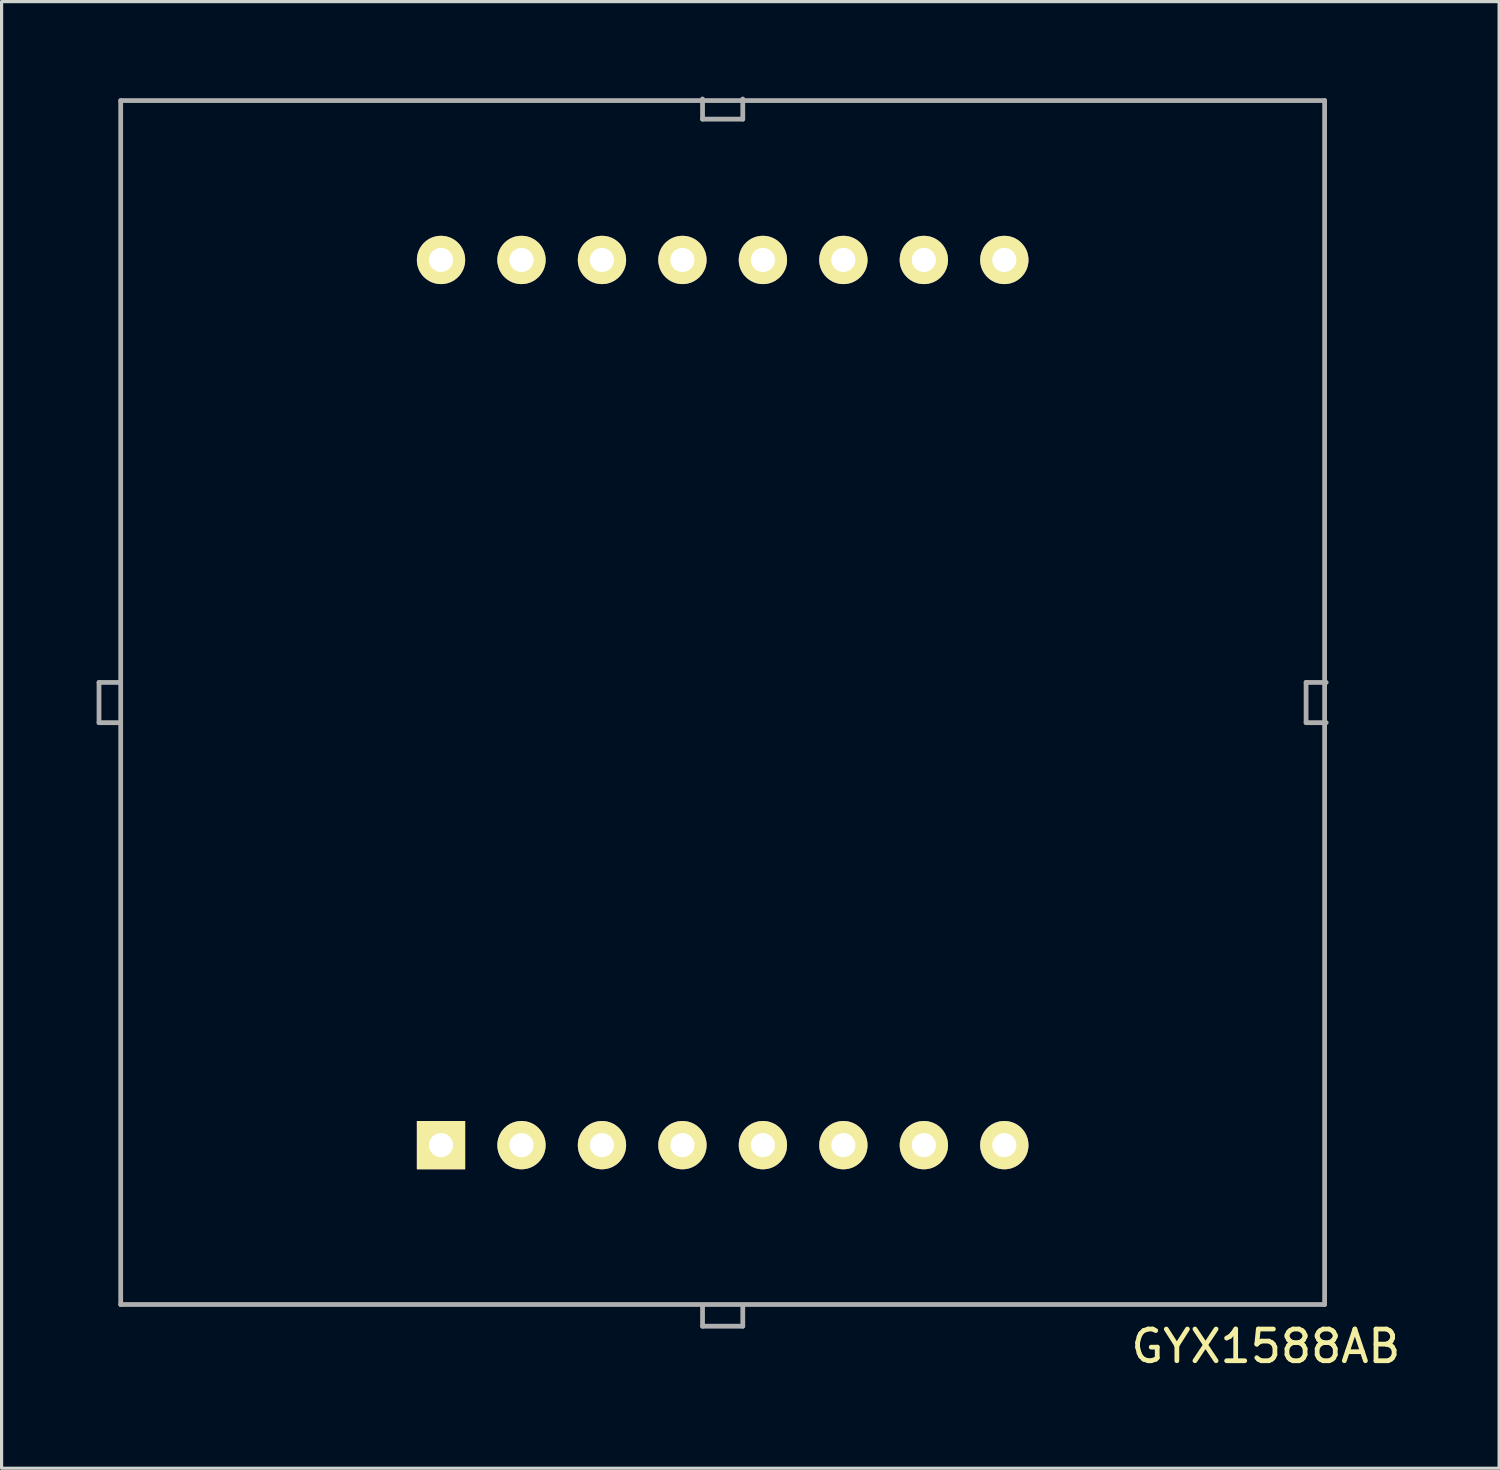
<source format=kicad_pcb>
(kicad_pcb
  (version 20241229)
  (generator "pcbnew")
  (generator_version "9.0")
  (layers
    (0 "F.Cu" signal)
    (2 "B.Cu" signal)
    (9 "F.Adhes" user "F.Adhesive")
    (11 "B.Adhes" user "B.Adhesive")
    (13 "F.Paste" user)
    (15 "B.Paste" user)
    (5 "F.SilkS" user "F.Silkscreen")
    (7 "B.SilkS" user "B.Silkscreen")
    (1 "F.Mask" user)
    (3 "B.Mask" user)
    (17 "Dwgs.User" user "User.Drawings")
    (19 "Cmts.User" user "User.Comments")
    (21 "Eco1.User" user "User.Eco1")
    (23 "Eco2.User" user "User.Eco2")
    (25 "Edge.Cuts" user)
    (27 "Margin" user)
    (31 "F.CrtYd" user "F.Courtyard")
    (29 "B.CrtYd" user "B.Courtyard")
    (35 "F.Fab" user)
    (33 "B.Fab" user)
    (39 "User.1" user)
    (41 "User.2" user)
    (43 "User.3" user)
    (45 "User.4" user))
  (footprint "GYX1588AB"
    (layer "F.Cu")
    (at 19.76 19.125)
    (property "Reference" "GYX1588AB" (at 17.145 20.32 0) (layer "F.SilkS") (effects (font (size 1 1) (thickness 0.15))))
    (attr smd)
    (fp_line (start -19.685 -0.635) (end -19.685 0.635) (stroke (width 0.15) (type solid)) (layer "F.Fab"))
    (fp_line (start -19.685 0.635) (end -19.05 0.635) (stroke (width 0.15) (type solid)) (layer "F.Fab"))
    (fp_line (start -19.05 -0.635) (end -19.685 -0.635) (stroke (width 0.15) (type solid)) (layer "F.Fab"))
    (fp_line (start -19 -19) (end 19 -19) (stroke (width 0.15) (type solid)) (layer "F.Fab"))
    (fp_line (start -19 19) (end -19 -19) (stroke (width 0.15) (type solid)) (layer "F.Fab"))
    (fp_line (start -0.635 -19.05) (end -0.635 -18.415) (stroke (width 0.15) (type solid)) (layer "F.Fab"))
    (fp_line (start -0.635 -18.415) (end 0.635 -18.415) (stroke (width 0.15) (type solid)) (layer "F.Fab"))
    (fp_line (start -0.635 19.05) (end -0.635 19.685) (stroke (width 0.15) (type solid)) (layer "F.Fab"))
    (fp_line (start -0.635 19.685) (end 0.635 19.685) (stroke (width 0.15) (type solid)) (layer "F.Fab"))
    (fp_line (start 0.635 -18.415) (end 0.635 -19.05) (stroke (width 0.15) (type solid)) (layer "F.Fab"))
    (fp_line (start 0.635 19.685) (end 0.635 19.05) (stroke (width 0.15) (type solid)) (layer "F.Fab"))
    (fp_line (start 18.415 -0.635) (end 18.415 0.635) (stroke (width 0.15) (type solid)) (layer "F.Fab"))
    (fp_line (start 18.415 0.635) (end 19.05 0.635) (stroke (width 0.15) (type solid)) (layer "F.Fab"))
    (fp_line (start 19 -19) (end 19 19) (stroke (width 0.15) (type solid)) (layer "F.Fab"))
    (fp_line (start 19 19) (end -19 19) (stroke (width 0.15) (type solid)) (layer "F.Fab"))
    (fp_line (start 19.05 -0.635) (end 18.415 -0.635) (stroke (width 0.15) (type solid)) (layer "F.Fab"))
    (pad "1" thru_hole rect (at -8.89 13.97) (size 1.524 1.524) (drill 0.762) (layers "*.Cu" "*.Mask" "F.SilkS"))
    (pad "2" thru_hole circle (at -6.35 13.97) (size 1.524 1.524) (drill 0.762) (layers "*.Cu" "*.Mask" "F.SilkS"))
    (pad "3" thru_hole circle (at -3.81 13.97) (size 1.524 1.524) (drill 0.762) (layers "*.Cu" "*.Mask" "F.SilkS"))
    (pad "4" thru_hole circle (at -1.27 13.97) (size 1.524 1.524) (drill 0.762) (layers "*.Cu" "*.Mask" "F.SilkS"))
    (pad "5" thru_hole circle (at 1.27 13.97) (size 1.524 1.524) (drill 0.762) (layers "*.Cu" "*.Mask" "F.SilkS"))
    (pad "6" thru_hole circle (at 3.81 13.97) (size 1.524 1.524) (drill 0.762) (layers "*.Cu" "*.Mask" "F.SilkS"))
    (pad "7" thru_hole circle (at 6.35 13.97) (size 1.524 1.524) (drill 0.762) (layers "*.Cu" "*.Mask" "F.SilkS"))
    (pad "8" thru_hole circle (at 8.89 13.97) (size 1.524 1.524) (drill 0.762) (layers "*.Cu" "*.Mask" "F.SilkS"))
    (pad "9" thru_hole circle (at 8.89 -13.97) (size 1.524 1.524) (drill 0.762) (layers "*.Cu" "*.Mask" "F.SilkS"))
    (pad "10" thru_hole circle (at 6.35 -13.97) (size 1.524 1.524) (drill 0.762) (layers "*.Cu" "*.Mask" "F.SilkS"))
    (pad "11" thru_hole circle (at 3.81 -13.97) (size 1.524 1.524) (drill 0.762) (layers "*.Cu" "*.Mask" "F.SilkS"))
    (pad "12" thru_hole circle (at 1.27 -13.97) (size 1.524 1.524) (drill 0.762) (layers "*.Cu" "*.Mask" "F.SilkS"))
    (pad "13" thru_hole circle (at -1.27 -13.97) (size 1.524 1.524) (drill 0.762) (layers "*.Cu" "*.Mask" "F.SilkS"))
    (pad "14" thru_hole circle (at -3.81 -13.97) (size 1.524 1.524) (drill 0.762) (layers "*.Cu" "*.Mask" "F.SilkS"))
    (pad "15" thru_hole circle (at -6.35 -13.97) (size 1.524 1.524) (drill 0.762) (layers "*.Cu" "*.Mask" "F.SilkS"))
    (pad "16" thru_hole circle (at -8.89 -13.97) (size 1.524 1.524) (drill 0.762) (layers "*.Cu" "*.Mask" "F.SilkS")))
  (gr_rect
    (start -3 -3)
    (end 44.268 43.293)
    (stroke (width 0.1) (type default))
    (fill no)
    (layer "Edge.Cuts")))
</source>
